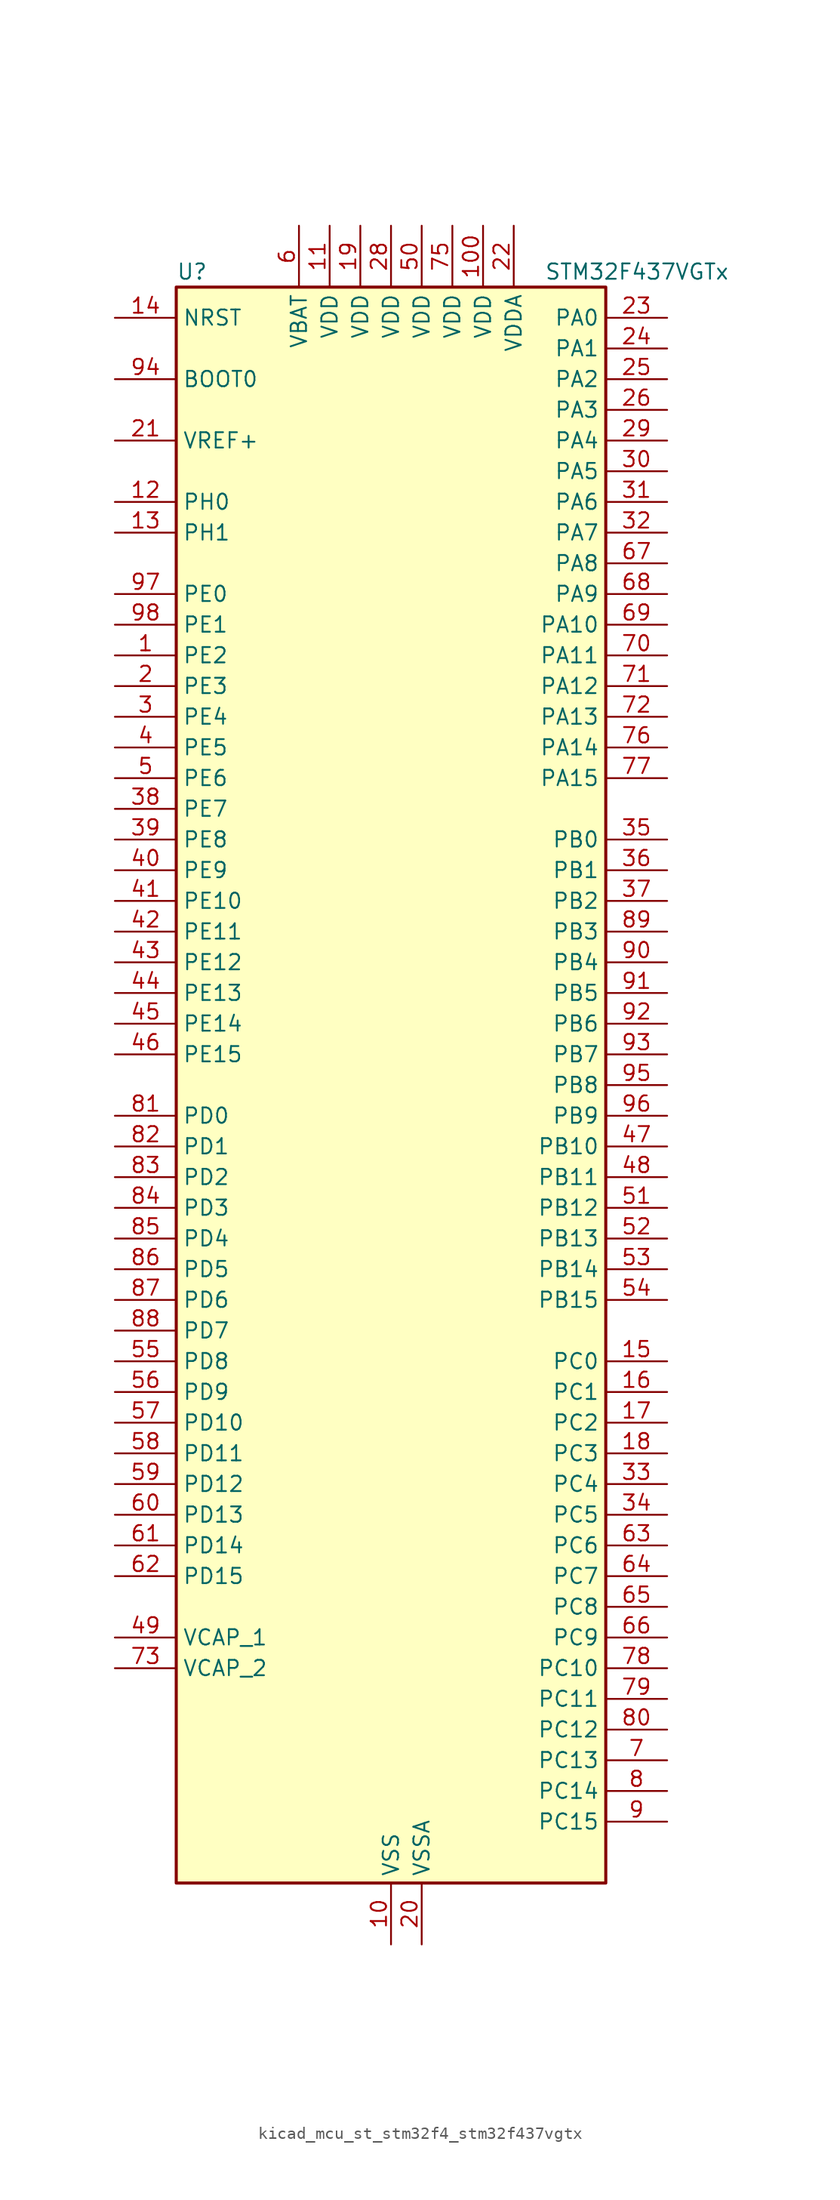
<source format=kicad_sym>
(kicad_symbol_lib
  (version 20220914)
  (generator kicad_symbol_editor)
  (symbol "kicad_mcu_st_stm32f4_stm32f437vgtx"
    (property "Reference" "U"
      (at -17.78 67.31 0)
      (effects (font (size 1.27 1.27)) (justify left)))
    (property "Value" "STM32F437VGTx"
      (at 12.7 67.31 0)
      (effects (font (size 1.27 1.27)) (justify left)))
    (property "ki_locked" ""
      (at 0 0 0)
      (effects (font (size 1.27 1.27))))
    (symbol "kicad_mcu_st_stm32f4_stm32f437vgtx_0_1"
      (rectangle (start -17.78 -66.04) (end 17.78 66.04) (stroke (width 0.254) (type default)) (fill (type background))))
    (symbol "kicad_mcu_st_stm32f4_stm32f437vgtx_1_1"
      (pin bidirectional line (at -22.86 35.56 0) (length 5.08) (name "PE2" (effects (font (size 1.27 1.27)))) (number "1" (effects (font (size 1.27 1.27)))) (alternate "ETH_TXD3" bidirectional line) (alternate "FMC_A23" bidirectional line) (alternate "SAI1_MCLK_A" bidirectional line) (alternate "SPI4_SCK" bidirectional line) (alternate "SYS_TRACECLK" bidirectional line))
      (pin power_in line (at 0 -71.12 90) (length 5.08) (name "VSS" (effects (font (size 1.27 1.27)))) (number "10" (effects (font (size 1.27 1.27)))))
      (pin power_in line (at 7.62 71.12 270) (length 5.08) (name "VDD" (effects (font (size 1.27 1.27)))) (number "100" (effects (font (size 1.27 1.27)))))
      (pin power_in line (at -5.08 71.12 270) (length 5.08) (name "VDD" (effects (font (size 1.27 1.27)))) (number "11" (effects (font (size 1.27 1.27)))))
      (pin bidirectional line (at -22.86 48.26 0) (length 5.08) (name "PH0" (effects (font (size 1.27 1.27)))) (number "12" (effects (font (size 1.27 1.27)))) (alternate "RCC_OSC_IN" bidirectional line))
      (pin bidirectional line (at -22.86 45.72 0) (length 5.08) (name "PH1" (effects (font (size 1.27 1.27)))) (number "13" (effects (font (size 1.27 1.27)))) (alternate "RCC_OSC_OUT" bidirectional line))
      (pin input line (at -22.86 63.5 0) (length 5.08) (name "NRST" (effects (font (size 1.27 1.27)))) (number "14" (effects (font (size 1.27 1.27)))))
      (pin bidirectional line (at 22.86 -22.86 180) (length 5.08) (name "PC0" (effects (font (size 1.27 1.27)))) (number "15" (effects (font (size 1.27 1.27)))) (alternate "ADC1_IN10" bidirectional line) (alternate "ADC2_IN10" bidirectional line) (alternate "ADC3_IN10" bidirectional line) (alternate "FMC_SDNWE" bidirectional line) (alternate "USB_OTG_HS_ULPI_STP" bidirectional line))
      (pin bidirectional line (at 22.86 -25.4 180) (length 5.08) (name "PC1" (effects (font (size 1.27 1.27)))) (number "16" (effects (font (size 1.27 1.27)))) (alternate "ADC1_IN11" bidirectional line) (alternate "ADC2_IN11" bidirectional line) (alternate "ADC3_IN11" bidirectional line) (alternate "ETH_MDC" bidirectional line))
      (pin bidirectional line (at 22.86 -27.94 180) (length 5.08) (name "PC2" (effects (font (size 1.27 1.27)))) (number "17" (effects (font (size 1.27 1.27)))) (alternate "ADC1_IN12" bidirectional line) (alternate "ADC2_IN12" bidirectional line) (alternate "ADC3_IN12" bidirectional line) (alternate "ETH_TXD2" bidirectional line) (alternate "FMC_SDNE0" bidirectional line) (alternate "I2S2_ext_SD" bidirectional line) (alternate "SPI2_MISO" bidirectional line) (alternate "USB_OTG_HS_ULPI_DIR" bidirectional line))
      (pin bidirectional line (at 22.86 -30.48 180) (length 5.08) (name "PC3" (effects (font (size 1.27 1.27)))) (number "18" (effects (font (size 1.27 1.27)))) (alternate "ADC1_IN13" bidirectional line) (alternate "ADC2_IN13" bidirectional line) (alternate "ADC3_IN13" bidirectional line) (alternate "ETH_TX_CLK" bidirectional line) (alternate "FMC_SDCKE0" bidirectional line) (alternate "I2S2_SD" bidirectional line) (alternate "SPI2_MOSI" bidirectional line) (alternate "USB_OTG_HS_ULPI_NXT" bidirectional line))
      (pin power_in line (at -2.54 71.12 270) (length 5.08) (name "VDD" (effects (font (size 1.27 1.27)))) (number "19" (effects (font (size 1.27 1.27)))))
      (pin bidirectional line (at -22.86 33.02 0) (length 5.08) (name "PE3" (effects (font (size 1.27 1.27)))) (number "2" (effects (font (size 1.27 1.27)))) (alternate "FMC_A19" bidirectional line) (alternate "SAI1_SD_B" bidirectional line) (alternate "SYS_TRACED0" bidirectional line))
      (pin power_in line (at 2.54 -71.12 90) (length 5.08) (name "VSSA" (effects (font (size 1.27 1.27)))) (number "20" (effects (font (size 1.27 1.27)))))
      (pin input line (at -22.86 53.34 0) (length 5.08) (name "VREF+" (effects (font (size 1.27 1.27)))) (number "21" (effects (font (size 1.27 1.27)))))
      (pin power_in line (at 10.16 71.12 270) (length 5.08) (name "VDDA" (effects (font (size 1.27 1.27)))) (number "22" (effects (font (size 1.27 1.27)))))
      (pin bidirectional line (at 22.86 63.5 180) (length 5.08) (name "PA0" (effects (font (size 1.27 1.27)))) (number "23" (effects (font (size 1.27 1.27)))) (alternate "ADC1_IN0" bidirectional line) (alternate "ADC2_IN0" bidirectional line) (alternate "ADC3_IN0" bidirectional line) (alternate "ETH_CRS" bidirectional line) (alternate "SYS_WKUP" bidirectional line) (alternate "TIM2_CH1" bidirectional line) (alternate "TIM2_ETR" bidirectional line) (alternate "TIM5_CH1" bidirectional line) (alternate "TIM8_ETR" bidirectional line) (alternate "UART4_TX" bidirectional line) (alternate "USART2_CTS" bidirectional line))
      (pin bidirectional line (at 22.86 60.96 180) (length 5.08) (name "PA1" (effects (font (size 1.27 1.27)))) (number "24" (effects (font (size 1.27 1.27)))) (alternate "ADC1_IN1" bidirectional line) (alternate "ADC2_IN1" bidirectional line) (alternate "ADC3_IN1" bidirectional line) (alternate "ETH_REF_CLK" bidirectional line) (alternate "ETH_RX_CLK" bidirectional line) (alternate "TIM2_CH2" bidirectional line) (alternate "TIM5_CH2" bidirectional line) (alternate "UART4_RX" bidirectional line) (alternate "USART2_RTS" bidirectional line))
      (pin bidirectional line (at 22.86 58.42 180) (length 5.08) (name "PA2" (effects (font (size 1.27 1.27)))) (number "25" (effects (font (size 1.27 1.27)))) (alternate "ADC1_IN2" bidirectional line) (alternate "ADC2_IN2" bidirectional line) (alternate "ADC3_IN2" bidirectional line) (alternate "ETH_MDIO" bidirectional line) (alternate "TIM2_CH3" bidirectional line) (alternate "TIM5_CH3" bidirectional line) (alternate "TIM9_CH1" bidirectional line) (alternate "USART2_TX" bidirectional line))
      (pin bidirectional line (at 22.86 55.88 180) (length 5.08) (name "PA3" (effects (font (size 1.27 1.27)))) (number "26" (effects (font (size 1.27 1.27)))) (alternate "ADC1_IN3" bidirectional line) (alternate "ADC2_IN3" bidirectional line) (alternate "ADC3_IN3" bidirectional line) (alternate "ETH_COL" bidirectional line) (alternate "TIM2_CH4" bidirectional line) (alternate "TIM5_CH4" bidirectional line) (alternate "TIM9_CH2" bidirectional line) (alternate "USART2_RX" bidirectional line) (alternate "USB_OTG_HS_ULPI_D0" bidirectional line))
      (pin passive line (at 0 -71.12 90) (length 5.08) hide (name "VSS" (effects (font (size 1.27 1.27)))) (number "27" (effects (font (size 1.27 1.27)))))
      (pin power_in line (at 0 71.12 270) (length 5.08) (name "VDD" (effects (font (size 1.27 1.27)))) (number "28" (effects (font (size 1.27 1.27)))))
      (pin bidirectional line (at 22.86 53.34 180) (length 5.08) (name "PA4" (effects (font (size 1.27 1.27)))) (number "29" (effects (font (size 1.27 1.27)))) (alternate "ADC1_IN4" bidirectional line) (alternate "ADC2_IN4" bidirectional line) (alternate "DAC_OUT1" bidirectional line) (alternate "DCMI_HSYNC" bidirectional line) (alternate "I2S3_WS" bidirectional line) (alternate "SPI1_NSS" bidirectional line) (alternate "SPI3_NSS" bidirectional line) (alternate "USART2_CK" bidirectional line) (alternate "USB_OTG_HS_SOF" bidirectional line))
      (pin bidirectional line (at -22.86 30.48 0) (length 5.08) (name "PE4" (effects (font (size 1.27 1.27)))) (number "3" (effects (font (size 1.27 1.27)))) (alternate "DCMI_D4" bidirectional line) (alternate "FMC_A20" bidirectional line) (alternate "SAI1_FS_A" bidirectional line) (alternate "SPI4_NSS" bidirectional line) (alternate "SYS_TRACED1" bidirectional line))
      (pin bidirectional line (at 22.86 50.8 180) (length 5.08) (name "PA5" (effects (font (size 1.27 1.27)))) (number "30" (effects (font (size 1.27 1.27)))) (alternate "ADC1_IN5" bidirectional line) (alternate "ADC2_IN5" bidirectional line) (alternate "DAC_OUT2" bidirectional line) (alternate "SPI1_SCK" bidirectional line) (alternate "TIM2_CH1" bidirectional line) (alternate "TIM2_ETR" bidirectional line) (alternate "TIM8_CH1N" bidirectional line) (alternate "USB_OTG_HS_ULPI_CK" bidirectional line))
      (pin bidirectional line (at 22.86 48.26 180) (length 5.08) (name "PA6" (effects (font (size 1.27 1.27)))) (number "31" (effects (font (size 1.27 1.27)))) (alternate "ADC1_IN6" bidirectional line) (alternate "ADC2_IN6" bidirectional line) (alternate "DCMI_PIXCLK" bidirectional line) (alternate "SPI1_MISO" bidirectional line) (alternate "TIM13_CH1" bidirectional line) (alternate "TIM1_BKIN" bidirectional line) (alternate "TIM3_CH1" bidirectional line) (alternate "TIM8_BKIN" bidirectional line))
      (pin bidirectional line (at 22.86 45.72 180) (length 5.08) (name "PA7" (effects (font (size 1.27 1.27)))) (number "32" (effects (font (size 1.27 1.27)))) (alternate "ADC1_IN7" bidirectional line) (alternate "ADC2_IN7" bidirectional line) (alternate "ETH_CRS_DV" bidirectional line) (alternate "ETH_RX_DV" bidirectional line) (alternate "SPI1_MOSI" bidirectional line) (alternate "TIM14_CH1" bidirectional line) (alternate "TIM1_CH1N" bidirectional line) (alternate "TIM3_CH2" bidirectional line) (alternate "TIM8_CH1N" bidirectional line))
      (pin bidirectional line (at 22.86 -33.02 180) (length 5.08) (name "PC4" (effects (font (size 1.27 1.27)))) (number "33" (effects (font (size 1.27 1.27)))) (alternate "ADC1_IN14" bidirectional line) (alternate "ADC2_IN14" bidirectional line) (alternate "ETH_RXD0" bidirectional line))
      (pin bidirectional line (at 22.86 -35.56 180) (length 5.08) (name "PC5" (effects (font (size 1.27 1.27)))) (number "34" (effects (font (size 1.27 1.27)))) (alternate "ADC1_IN15" bidirectional line) (alternate "ADC2_IN15" bidirectional line) (alternate "ETH_RXD1" bidirectional line))
      (pin bidirectional line (at 22.86 20.32 180) (length 5.08) (name "PB0" (effects (font (size 1.27 1.27)))) (number "35" (effects (font (size 1.27 1.27)))) (alternate "ADC1_IN8" bidirectional line) (alternate "ADC2_IN8" bidirectional line) (alternate "ETH_RXD2" bidirectional line) (alternate "TIM1_CH2N" bidirectional line) (alternate "TIM3_CH3" bidirectional line) (alternate "TIM8_CH2N" bidirectional line) (alternate "USB_OTG_HS_ULPI_D1" bidirectional line))
      (pin bidirectional line (at 22.86 17.78 180) (length 5.08) (name "PB1" (effects (font (size 1.27 1.27)))) (number "36" (effects (font (size 1.27 1.27)))) (alternate "ADC1_IN9" bidirectional line) (alternate "ADC2_IN9" bidirectional line) (alternate "ETH_RXD3" bidirectional line) (alternate "TIM1_CH3N" bidirectional line) (alternate "TIM3_CH4" bidirectional line) (alternate "TIM8_CH3N" bidirectional line) (alternate "USB_OTG_HS_ULPI_D2" bidirectional line))
      (pin bidirectional line (at 22.86 15.24 180) (length 5.08) (name "PB2" (effects (font (size 1.27 1.27)))) (number "37" (effects (font (size 1.27 1.27)))))
      (pin bidirectional line (at -22.86 22.86 0) (length 5.08) (name "PE7" (effects (font (size 1.27 1.27)))) (number "38" (effects (font (size 1.27 1.27)))) (alternate "FMC_D4" bidirectional line) (alternate "FMC_DA4" bidirectional line) (alternate "TIM1_ETR" bidirectional line) (alternate "UART7_RX" bidirectional line))
      (pin bidirectional line (at -22.86 20.32 0) (length 5.08) (name "PE8" (effects (font (size 1.27 1.27)))) (number "39" (effects (font (size 1.27 1.27)))) (alternate "FMC_D5" bidirectional line) (alternate "FMC_DA5" bidirectional line) (alternate "TIM1_CH1N" bidirectional line) (alternate "UART7_TX" bidirectional line))
      (pin bidirectional line (at -22.86 27.94 0) (length 5.08) (name "PE5" (effects (font (size 1.27 1.27)))) (number "4" (effects (font (size 1.27 1.27)))) (alternate "DCMI_D6" bidirectional line) (alternate "FMC_A21" bidirectional line) (alternate "SAI1_SCK_A" bidirectional line) (alternate "SPI4_MISO" bidirectional line) (alternate "SYS_TRACED2" bidirectional line) (alternate "TIM9_CH1" bidirectional line))
      (pin bidirectional line (at -22.86 17.78 0) (length 5.08) (name "PE9" (effects (font (size 1.27 1.27)))) (number "40" (effects (font (size 1.27 1.27)))) (alternate "DAC_EXTI9" bidirectional line) (alternate "FMC_D6" bidirectional line) (alternate "FMC_DA6" bidirectional line) (alternate "TIM1_CH1" bidirectional line))
      (pin bidirectional line (at -22.86 15.24 0) (length 5.08) (name "PE10" (effects (font (size 1.27 1.27)))) (number "41" (effects (font (size 1.27 1.27)))) (alternate "FMC_D7" bidirectional line) (alternate "FMC_DA7" bidirectional line) (alternate "TIM1_CH2N" bidirectional line))
      (pin bidirectional line (at -22.86 12.7 0) (length 5.08) (name "PE11" (effects (font (size 1.27 1.27)))) (number "42" (effects (font (size 1.27 1.27)))) (alternate "ADC1_EXTI11" bidirectional line) (alternate "ADC2_EXTI11" bidirectional line) (alternate "ADC3_EXTI11" bidirectional line) (alternate "FMC_D8" bidirectional line) (alternate "FMC_DA8" bidirectional line) (alternate "SPI4_NSS" bidirectional line) (alternate "TIM1_CH2" bidirectional line))
      (pin bidirectional line (at -22.86 10.16 0) (length 5.08) (name "PE12" (effects (font (size 1.27 1.27)))) (number "43" (effects (font (size 1.27 1.27)))) (alternate "FMC_D9" bidirectional line) (alternate "FMC_DA9" bidirectional line) (alternate "SPI4_SCK" bidirectional line) (alternate "TIM1_CH3N" bidirectional line))
      (pin bidirectional line (at -22.86 7.62 0) (length 5.08) (name "PE13" (effects (font (size 1.27 1.27)))) (number "44" (effects (font (size 1.27 1.27)))) (alternate "FMC_D10" bidirectional line) (alternate "FMC_DA10" bidirectional line) (alternate "SPI4_MISO" bidirectional line) (alternate "TIM1_CH3" bidirectional line))
      (pin bidirectional line (at -22.86 5.08 0) (length 5.08) (name "PE14" (effects (font (size 1.27 1.27)))) (number "45" (effects (font (size 1.27 1.27)))) (alternate "FMC_D11" bidirectional line) (alternate "FMC_DA11" bidirectional line) (alternate "SPI4_MOSI" bidirectional line) (alternate "TIM1_CH4" bidirectional line))
      (pin bidirectional line (at -22.86 2.54 0) (length 5.08) (name "PE15" (effects (font (size 1.27 1.27)))) (number "46" (effects (font (size 1.27 1.27)))) (alternate "ADC1_EXTI15" bidirectional line) (alternate "ADC2_EXTI15" bidirectional line) (alternate "ADC3_EXTI15" bidirectional line) (alternate "FMC_D12" bidirectional line) (alternate "FMC_DA12" bidirectional line) (alternate "TIM1_BKIN" bidirectional line))
      (pin bidirectional line (at 22.86 -5.08 180) (length 5.08) (name "PB10" (effects (font (size 1.27 1.27)))) (number "47" (effects (font (size 1.27 1.27)))) (alternate "ETH_RX_ER" bidirectional line) (alternate "I2C2_SCL" bidirectional line) (alternate "I2S2_CK" bidirectional line) (alternate "SPI2_SCK" bidirectional line) (alternate "TIM2_CH3" bidirectional line) (alternate "USART3_TX" bidirectional line) (alternate "USB_OTG_HS_ULPI_D3" bidirectional line))
      (pin bidirectional line (at 22.86 -7.62 180) (length 5.08) (name "PB11" (effects (font (size 1.27 1.27)))) (number "48" (effects (font (size 1.27 1.27)))) (alternate "ADC1_EXTI11" bidirectional line) (alternate "ADC2_EXTI11" bidirectional line) (alternate "ADC3_EXTI11" bidirectional line) (alternate "ETH_TX_EN" bidirectional line) (alternate "I2C2_SDA" bidirectional line) (alternate "TIM2_CH4" bidirectional line) (alternate "USART3_RX" bidirectional line) (alternate "USB_OTG_HS_ULPI_D4" bidirectional line))
      (pin power_out line (at -22.86 -45.72 0) (length 5.08) (name "VCAP_1" (effects (font (size 1.27 1.27)))) (number "49" (effects (font (size 1.27 1.27)))))
      (pin bidirectional line (at -22.86 25.4 0) (length 5.08) (name "PE6" (effects (font (size 1.27 1.27)))) (number "5" (effects (font (size 1.27 1.27)))) (alternate "DCMI_D7" bidirectional line) (alternate "FMC_A22" bidirectional line) (alternate "SAI1_SD_A" bidirectional line) (alternate "SPI4_MOSI" bidirectional line) (alternate "SYS_TRACED3" bidirectional line) (alternate "TIM9_CH2" bidirectional line))
      (pin power_in line (at 2.54 71.12 270) (length 5.08) (name "VDD" (effects (font (size 1.27 1.27)))) (number "50" (effects (font (size 1.27 1.27)))))
      (pin bidirectional line (at 22.86 -10.16 180) (length 5.08) (name "PB12" (effects (font (size 1.27 1.27)))) (number "51" (effects (font (size 1.27 1.27)))) (alternate "CAN2_RX" bidirectional line) (alternate "ETH_TXD0" bidirectional line) (alternate "I2C2_SMBA" bidirectional line) (alternate "I2S2_WS" bidirectional line) (alternate "SPI2_NSS" bidirectional line) (alternate "TIM1_BKIN" bidirectional line) (alternate "USART3_CK" bidirectional line) (alternate "USB_OTG_HS_ID" bidirectional line) (alternate "USB_OTG_HS_ULPI_D5" bidirectional line))
      (pin bidirectional line (at 22.86 -12.7 180) (length 5.08) (name "PB13" (effects (font (size 1.27 1.27)))) (number "52" (effects (font (size 1.27 1.27)))) (alternate "CAN2_TX" bidirectional line) (alternate "ETH_TXD1" bidirectional line) (alternate "I2S2_CK" bidirectional line) (alternate "SPI2_SCK" bidirectional line) (alternate "TIM1_CH1N" bidirectional line) (alternate "USART3_CTS" bidirectional line) (alternate "USB_OTG_HS_ULPI_D6" bidirectional line) (alternate "USB_OTG_HS_VBUS" bidirectional line))
      (pin bidirectional line (at 22.86 -15.24 180) (length 5.08) (name "PB14" (effects (font (size 1.27 1.27)))) (number "53" (effects (font (size 1.27 1.27)))) (alternate "I2S2_ext_SD" bidirectional line) (alternate "SPI2_MISO" bidirectional line) (alternate "TIM12_CH1" bidirectional line) (alternate "TIM1_CH2N" bidirectional line) (alternate "TIM8_CH2N" bidirectional line) (alternate "USART3_RTS" bidirectional line) (alternate "USB_OTG_HS_DM" bidirectional line))
      (pin bidirectional line (at 22.86 -17.78 180) (length 5.08) (name "PB15" (effects (font (size 1.27 1.27)))) (number "54" (effects (font (size 1.27 1.27)))) (alternate "ADC1_EXTI15" bidirectional line) (alternate "ADC2_EXTI15" bidirectional line) (alternate "ADC3_EXTI15" bidirectional line) (alternate "I2S2_SD" bidirectional line) (alternate "RTC_REFIN" bidirectional line) (alternate "SPI2_MOSI" bidirectional line) (alternate "TIM12_CH2" bidirectional line) (alternate "TIM1_CH3N" bidirectional line) (alternate "TIM8_CH3N" bidirectional line) (alternate "USB_OTG_HS_DP" bidirectional line))
      (pin bidirectional line (at -22.86 -22.86 0) (length 5.08) (name "PD8" (effects (font (size 1.27 1.27)))) (number "55" (effects (font (size 1.27 1.27)))) (alternate "FMC_D13" bidirectional line) (alternate "FMC_DA13" bidirectional line) (alternate "USART3_TX" bidirectional line))
      (pin bidirectional line (at -22.86 -25.4 0) (length 5.08) (name "PD9" (effects (font (size 1.27 1.27)))) (number "56" (effects (font (size 1.27 1.27)))) (alternate "DAC_EXTI9" bidirectional line) (alternate "FMC_D14" bidirectional line) (alternate "FMC_DA14" bidirectional line) (alternate "USART3_RX" bidirectional line))
      (pin bidirectional line (at -22.86 -27.94 0) (length 5.08) (name "PD10" (effects (font (size 1.27 1.27)))) (number "57" (effects (font (size 1.27 1.27)))) (alternate "FMC_D15" bidirectional line) (alternate "FMC_DA15" bidirectional line) (alternate "USART3_CK" bidirectional line))
      (pin bidirectional line (at -22.86 -30.48 0) (length 5.08) (name "PD11" (effects (font (size 1.27 1.27)))) (number "58" (effects (font (size 1.27 1.27)))) (alternate "ADC1_EXTI11" bidirectional line) (alternate "ADC2_EXTI11" bidirectional line) (alternate "ADC3_EXTI11" bidirectional line) (alternate "FMC_A16" bidirectional line) (alternate "FMC_CLE" bidirectional line) (alternate "USART3_CTS" bidirectional line))
      (pin bidirectional line (at -22.86 -33.02 0) (length 5.08) (name "PD12" (effects (font (size 1.27 1.27)))) (number "59" (effects (font (size 1.27 1.27)))) (alternate "FMC_A17" bidirectional line) (alternate "FMC_ALE" bidirectional line) (alternate "TIM4_CH1" bidirectional line) (alternate "USART3_RTS" bidirectional line))
      (pin power_in line (at -7.62 71.12 270) (length 5.08) (name "VBAT" (effects (font (size 1.27 1.27)))) (number "6" (effects (font (size 1.27 1.27)))))
      (pin bidirectional line (at -22.86 -35.56 0) (length 5.08) (name "PD13" (effects (font (size 1.27 1.27)))) (number "60" (effects (font (size 1.27 1.27)))) (alternate "FMC_A18" bidirectional line) (alternate "TIM4_CH2" bidirectional line))
      (pin bidirectional line (at -22.86 -38.1 0) (length 5.08) (name "PD14" (effects (font (size 1.27 1.27)))) (number "61" (effects (font (size 1.27 1.27)))) (alternate "FMC_D0" bidirectional line) (alternate "FMC_DA0" bidirectional line) (alternate "TIM4_CH3" bidirectional line))
      (pin bidirectional line (at -22.86 -40.64 0) (length 5.08) (name "PD15" (effects (font (size 1.27 1.27)))) (number "62" (effects (font (size 1.27 1.27)))) (alternate "ADC1_EXTI15" bidirectional line) (alternate "ADC2_EXTI15" bidirectional line) (alternate "ADC3_EXTI15" bidirectional line) (alternate "FMC_D1" bidirectional line) (alternate "FMC_DA1" bidirectional line) (alternate "TIM4_CH4" bidirectional line))
      (pin bidirectional line (at 22.86 -38.1 180) (length 5.08) (name "PC6" (effects (font (size 1.27 1.27)))) (number "63" (effects (font (size 1.27 1.27)))) (alternate "DCMI_D0" bidirectional line) (alternate "I2S2_MCK" bidirectional line) (alternate "SDIO_D6" bidirectional line) (alternate "TIM3_CH1" bidirectional line) (alternate "TIM8_CH1" bidirectional line) (alternate "USART6_TX" bidirectional line))
      (pin bidirectional line (at 22.86 -40.64 180) (length 5.08) (name "PC7" (effects (font (size 1.27 1.27)))) (number "64" (effects (font (size 1.27 1.27)))) (alternate "DCMI_D1" bidirectional line) (alternate "I2S3_MCK" bidirectional line) (alternate "SDIO_D7" bidirectional line) (alternate "TIM3_CH2" bidirectional line) (alternate "TIM8_CH2" bidirectional line) (alternate "USART6_RX" bidirectional line))
      (pin bidirectional line (at 22.86 -43.18 180) (length 5.08) (name "PC8" (effects (font (size 1.27 1.27)))) (number "65" (effects (font (size 1.27 1.27)))) (alternate "DCMI_D2" bidirectional line) (alternate "SDIO_D0" bidirectional line) (alternate "TIM3_CH3" bidirectional line) (alternate "TIM8_CH3" bidirectional line) (alternate "USART6_CK" bidirectional line))
      (pin bidirectional line (at 22.86 -45.72 180) (length 5.08) (name "PC9" (effects (font (size 1.27 1.27)))) (number "66" (effects (font (size 1.27 1.27)))) (alternate "DAC_EXTI9" bidirectional line) (alternate "DCMI_D3" bidirectional line) (alternate "I2C3_SDA" bidirectional line) (alternate "I2S_CKIN" bidirectional line) (alternate "RCC_MCO_2" bidirectional line) (alternate "SDIO_D1" bidirectional line) (alternate "TIM3_CH4" bidirectional line) (alternate "TIM8_CH4" bidirectional line))
      (pin bidirectional line (at 22.86 43.18 180) (length 5.08) (name "PA8" (effects (font (size 1.27 1.27)))) (number "67" (effects (font (size 1.27 1.27)))) (alternate "I2C3_SCL" bidirectional line) (alternate "RCC_MCO_1" bidirectional line) (alternate "TIM1_CH1" bidirectional line) (alternate "USART1_CK" bidirectional line) (alternate "USB_OTG_FS_SOF" bidirectional line))
      (pin bidirectional line (at 22.86 40.64 180) (length 5.08) (name "PA9" (effects (font (size 1.27 1.27)))) (number "68" (effects (font (size 1.27 1.27)))) (alternate "DAC_EXTI9" bidirectional line) (alternate "DCMI_D0" bidirectional line) (alternate "I2C3_SMBA" bidirectional line) (alternate "TIM1_CH2" bidirectional line) (alternate "USART1_TX" bidirectional line) (alternate "USB_OTG_FS_VBUS" bidirectional line))
      (pin bidirectional line (at 22.86 38.1 180) (length 5.08) (name "PA10" (effects (font (size 1.27 1.27)))) (number "69" (effects (font (size 1.27 1.27)))) (alternate "DCMI_D1" bidirectional line) (alternate "TIM1_CH3" bidirectional line) (alternate "USART1_RX" bidirectional line) (alternate "USB_OTG_FS_ID" bidirectional line))
      (pin bidirectional line (at 22.86 -55.88 180) (length 5.08) (name "PC13" (effects (font (size 1.27 1.27)))) (number "7" (effects (font (size 1.27 1.27)))) (alternate "RTC_AF1" bidirectional line))
      (pin bidirectional line (at 22.86 35.56 180) (length 5.08) (name "PA11" (effects (font (size 1.27 1.27)))) (number "70" (effects (font (size 1.27 1.27)))) (alternate "ADC1_EXTI11" bidirectional line) (alternate "ADC2_EXTI11" bidirectional line) (alternate "ADC3_EXTI11" bidirectional line) (alternate "CAN1_RX" bidirectional line) (alternate "TIM1_CH4" bidirectional line) (alternate "USART1_CTS" bidirectional line) (alternate "USB_OTG_FS_DM" bidirectional line))
      (pin bidirectional line (at 22.86 33.02 180) (length 5.08) (name "PA12" (effects (font (size 1.27 1.27)))) (number "71" (effects (font (size 1.27 1.27)))) (alternate "CAN1_TX" bidirectional line) (alternate "TIM1_ETR" bidirectional line) (alternate "USART1_RTS" bidirectional line) (alternate "USB_OTG_FS_DP" bidirectional line))
      (pin bidirectional line (at 22.86 30.48 180) (length 5.08) (name "PA13" (effects (font (size 1.27 1.27)))) (number "72" (effects (font (size 1.27 1.27)))) (alternate "SYS_JTMS-SWDIO" bidirectional line))
      (pin power_out line (at -22.86 -48.26 0) (length 5.08) (name "VCAP_2" (effects (font (size 1.27 1.27)))) (number "73" (effects (font (size 1.27 1.27)))))
      (pin passive line (at 0 -71.12 90) (length 5.08) hide (name "VSS" (effects (font (size 1.27 1.27)))) (number "74" (effects (font (size 1.27 1.27)))))
      (pin power_in line (at 5.08 71.12 270) (length 5.08) (name "VDD" (effects (font (size 1.27 1.27)))) (number "75" (effects (font (size 1.27 1.27)))))
      (pin bidirectional line (at 22.86 27.94 180) (length 5.08) (name "PA14" (effects (font (size 1.27 1.27)))) (number "76" (effects (font (size 1.27 1.27)))) (alternate "SYS_JTCK-SWCLK" bidirectional line))
      (pin bidirectional line (at 22.86 25.4 180) (length 5.08) (name "PA15" (effects (font (size 1.27 1.27)))) (number "77" (effects (font (size 1.27 1.27)))) (alternate "ADC1_EXTI15" bidirectional line) (alternate "ADC2_EXTI15" bidirectional line) (alternate "ADC3_EXTI15" bidirectional line) (alternate "I2S3_WS" bidirectional line) (alternate "SPI1_NSS" bidirectional line) (alternate "SPI3_NSS" bidirectional line) (alternate "SYS_JTDI" bidirectional line) (alternate "TIM2_CH1" bidirectional line) (alternate "TIM2_ETR" bidirectional line))
      (pin bidirectional line (at 22.86 -48.26 180) (length 5.08) (name "PC10" (effects (font (size 1.27 1.27)))) (number "78" (effects (font (size 1.27 1.27)))) (alternate "DCMI_D8" bidirectional line) (alternate "I2S3_CK" bidirectional line) (alternate "SDIO_D2" bidirectional line) (alternate "SPI3_SCK" bidirectional line) (alternate "UART4_TX" bidirectional line) (alternate "USART3_TX" bidirectional line))
      (pin bidirectional line (at 22.86 -50.8 180) (length 5.08) (name "PC11" (effects (font (size 1.27 1.27)))) (number "79" (effects (font (size 1.27 1.27)))) (alternate "ADC1_EXTI11" bidirectional line) (alternate "ADC2_EXTI11" bidirectional line) (alternate "ADC3_EXTI11" bidirectional line) (alternate "DCMI_D4" bidirectional line) (alternate "I2S3_ext_SD" bidirectional line) (alternate "SDIO_D3" bidirectional line) (alternate "SPI3_MISO" bidirectional line) (alternate "UART4_RX" bidirectional line) (alternate "USART3_RX" bidirectional line))
      (pin bidirectional line (at 22.86 -58.42 180) (length 5.08) (name "PC14" (effects (font (size 1.27 1.27)))) (number "8" (effects (font (size 1.27 1.27)))) (alternate "RCC_OSC32_IN" bidirectional line))
      (pin bidirectional line (at 22.86 -53.34 180) (length 5.08) (name "PC12" (effects (font (size 1.27 1.27)))) (number "80" (effects (font (size 1.27 1.27)))) (alternate "DCMI_D9" bidirectional line) (alternate "I2S3_SD" bidirectional line) (alternate "SDIO_CK" bidirectional line) (alternate "SPI3_MOSI" bidirectional line) (alternate "UART5_TX" bidirectional line) (alternate "USART3_CK" bidirectional line))
      (pin bidirectional line (at -22.86 -2.54 0) (length 5.08) (name "PD0" (effects (font (size 1.27 1.27)))) (number "81" (effects (font (size 1.27 1.27)))) (alternate "CAN1_RX" bidirectional line) (alternate "FMC_D2" bidirectional line) (alternate "FMC_DA2" bidirectional line))
      (pin bidirectional line (at -22.86 -5.08 0) (length 5.08) (name "PD1" (effects (font (size 1.27 1.27)))) (number "82" (effects (font (size 1.27 1.27)))) (alternate "CAN1_TX" bidirectional line) (alternate "FMC_D3" bidirectional line) (alternate "FMC_DA3" bidirectional line))
      (pin bidirectional line (at -22.86 -7.62 0) (length 5.08) (name "PD2" (effects (font (size 1.27 1.27)))) (number "83" (effects (font (size 1.27 1.27)))) (alternate "DCMI_D11" bidirectional line) (alternate "SDIO_CMD" bidirectional line) (alternate "TIM3_ETR" bidirectional line) (alternate "UART5_RX" bidirectional line))
      (pin bidirectional line (at -22.86 -10.16 0) (length 5.08) (name "PD3" (effects (font (size 1.27 1.27)))) (number "84" (effects (font (size 1.27 1.27)))) (alternate "DCMI_D5" bidirectional line) (alternate "FMC_CLK" bidirectional line) (alternate "I2S2_CK" bidirectional line) (alternate "SPI2_SCK" bidirectional line) (alternate "USART2_CTS" bidirectional line))
      (pin bidirectional line (at -22.86 -12.7 0) (length 5.08) (name "PD4" (effects (font (size 1.27 1.27)))) (number "85" (effects (font (size 1.27 1.27)))) (alternate "FMC_NOE" bidirectional line) (alternate "USART2_RTS" bidirectional line))
      (pin bidirectional line (at -22.86 -15.24 0) (length 5.08) (name "PD5" (effects (font (size 1.27 1.27)))) (number "86" (effects (font (size 1.27 1.27)))) (alternate "FMC_NWE" bidirectional line) (alternate "USART2_TX" bidirectional line))
      (pin bidirectional line (at -22.86 -17.78 0) (length 5.08) (name "PD6" (effects (font (size 1.27 1.27)))) (number "87" (effects (font (size 1.27 1.27)))) (alternate "DCMI_D10" bidirectional line) (alternate "FMC_NWAIT" bidirectional line) (alternate "I2S3_SD" bidirectional line) (alternate "SAI1_SD_A" bidirectional line) (alternate "SPI3_MOSI" bidirectional line) (alternate "USART2_RX" bidirectional line))
      (pin bidirectional line (at -22.86 -20.32 0) (length 5.08) (name "PD7" (effects (font (size 1.27 1.27)))) (number "88" (effects (font (size 1.27 1.27)))) (alternate "FMC_NCE2" bidirectional line) (alternate "FMC_NE1" bidirectional line) (alternate "USART2_CK" bidirectional line))
      (pin bidirectional line (at 22.86 12.7 180) (length 5.08) (name "PB3" (effects (font (size 1.27 1.27)))) (number "89" (effects (font (size 1.27 1.27)))) (alternate "I2S3_CK" bidirectional line) (alternate "SPI1_SCK" bidirectional line) (alternate "SPI3_SCK" bidirectional line) (alternate "SYS_JTDO-SWO" bidirectional line) (alternate "TIM2_CH2" bidirectional line))
      (pin bidirectional line (at 22.86 -60.96 180) (length 5.08) (name "PC15" (effects (font (size 1.27 1.27)))) (number "9" (effects (font (size 1.27 1.27)))) (alternate "ADC1_EXTI15" bidirectional line) (alternate "ADC2_EXTI15" bidirectional line) (alternate "ADC3_EXTI15" bidirectional line) (alternate "RCC_OSC32_OUT" bidirectional line))
      (pin bidirectional line (at 22.86 10.16 180) (length 5.08) (name "PB4" (effects (font (size 1.27 1.27)))) (number "90" (effects (font (size 1.27 1.27)))) (alternate "I2S3_ext_SD" bidirectional line) (alternate "SPI1_MISO" bidirectional line) (alternate "SPI3_MISO" bidirectional line) (alternate "SYS_JTRST" bidirectional line) (alternate "TIM3_CH1" bidirectional line))
      (pin bidirectional line (at 22.86 7.62 180) (length 5.08) (name "PB5" (effects (font (size 1.27 1.27)))) (number "91" (effects (font (size 1.27 1.27)))) (alternate "CAN2_RX" bidirectional line) (alternate "DCMI_D10" bidirectional line) (alternate "ETH_PPS_OUT" bidirectional line) (alternate "FMC_SDCKE1" bidirectional line) (alternate "I2C1_SMBA" bidirectional line) (alternate "I2S3_SD" bidirectional line) (alternate "SPI1_MOSI" bidirectional line) (alternate "SPI3_MOSI" bidirectional line) (alternate "TIM3_CH2" bidirectional line) (alternate "USB_OTG_HS_ULPI_D7" bidirectional line))
      (pin bidirectional line (at 22.86 5.08 180) (length 5.08) (name "PB6" (effects (font (size 1.27 1.27)))) (number "92" (effects (font (size 1.27 1.27)))) (alternate "CAN2_TX" bidirectional line) (alternate "DCMI_D5" bidirectional line) (alternate "FMC_SDNE1" bidirectional line) (alternate "I2C1_SCL" bidirectional line) (alternate "TIM4_CH1" bidirectional line) (alternate "USART1_TX" bidirectional line))
      (pin bidirectional line (at 22.86 2.54 180) (length 5.08) (name "PB7" (effects (font (size 1.27 1.27)))) (number "93" (effects (font (size 1.27 1.27)))) (alternate "DCMI_VSYNC" bidirectional line) (alternate "FMC_NL" bidirectional line) (alternate "I2C1_SDA" bidirectional line) (alternate "TIM4_CH2" bidirectional line) (alternate "USART1_RX" bidirectional line))
      (pin input line (at -22.86 58.42 0) (length 5.08) (name "BOOT0" (effects (font (size 1.27 1.27)))) (number "94" (effects (font (size 1.27 1.27)))))
      (pin bidirectional line (at 22.86 0 180) (length 5.08) (name "PB8" (effects (font (size 1.27 1.27)))) (number "95" (effects (font (size 1.27 1.27)))) (alternate "CAN1_RX" bidirectional line) (alternate "DCMI_D6" bidirectional line) (alternate "ETH_TXD3" bidirectional line) (alternate "I2C1_SCL" bidirectional line) (alternate "SDIO_D4" bidirectional line) (alternate "TIM10_CH1" bidirectional line) (alternate "TIM4_CH3" bidirectional line))
      (pin bidirectional line (at 22.86 -2.54 180) (length 5.08) (name "PB9" (effects (font (size 1.27 1.27)))) (number "96" (effects (font (size 1.27 1.27)))) (alternate "CAN1_TX" bidirectional line) (alternate "DAC_EXTI9" bidirectional line) (alternate "DCMI_D7" bidirectional line) (alternate "I2C1_SDA" bidirectional line) (alternate "I2S2_WS" bidirectional line) (alternate "SDIO_D5" bidirectional line) (alternate "SPI2_NSS" bidirectional line) (alternate "TIM11_CH1" bidirectional line) (alternate "TIM4_CH4" bidirectional line))
      (pin bidirectional line (at -22.86 40.64 0) (length 5.08) (name "PE0" (effects (font (size 1.27 1.27)))) (number "97" (effects (font (size 1.27 1.27)))) (alternate "DCMI_D2" bidirectional line) (alternate "FMC_NBL0" bidirectional line) (alternate "TIM4_ETR" bidirectional line) (alternate "UART8_RX" bidirectional line))
      (pin bidirectional line (at -22.86 38.1 0) (length 5.08) (name "PE1" (effects (font (size 1.27 1.27)))) (number "98" (effects (font (size 1.27 1.27)))) (alternate "DCMI_D3" bidirectional line) (alternate "FMC_NBL1" bidirectional line) (alternate "UART8_TX" bidirectional line))
      (pin passive line (at 0 -71.12 90) (length 5.08) hide (name "VSS" (effects (font (size 1.27 1.27)))) (number "99" (effects (font (size 1.27 1.27))))))))
</source>
